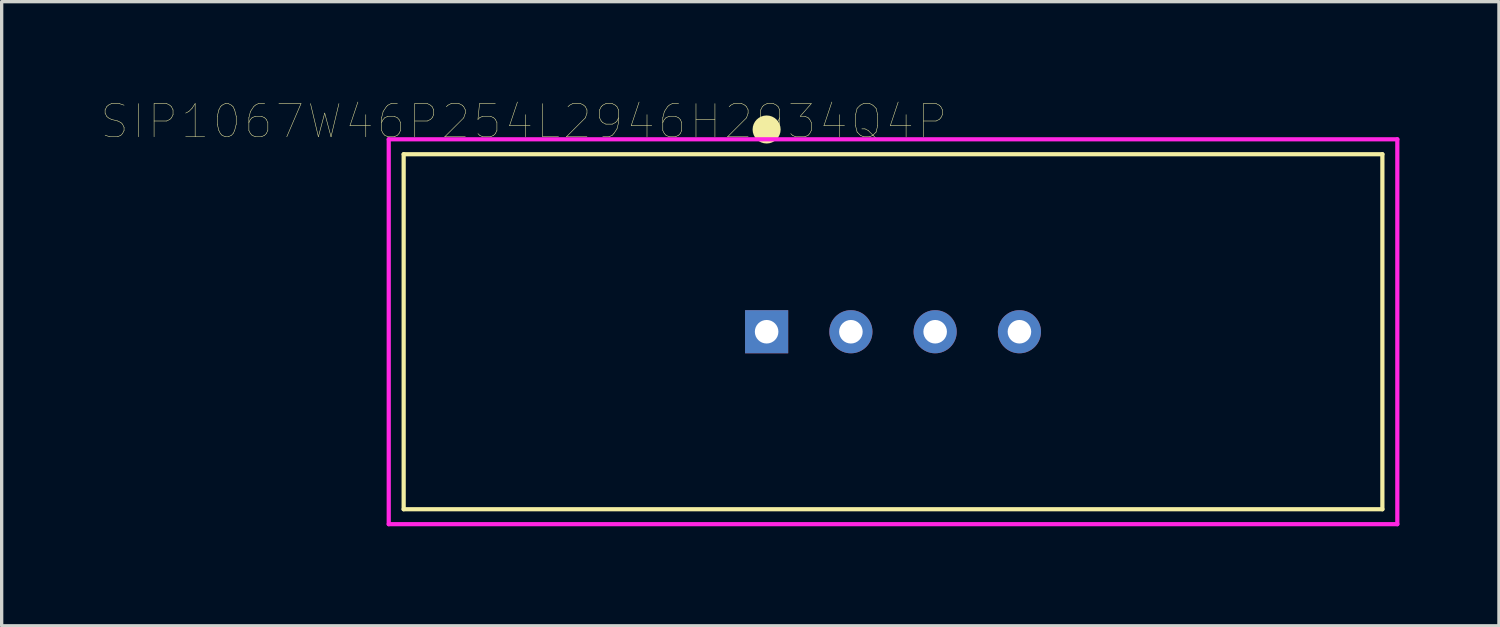
<source format=kicad_pcb>
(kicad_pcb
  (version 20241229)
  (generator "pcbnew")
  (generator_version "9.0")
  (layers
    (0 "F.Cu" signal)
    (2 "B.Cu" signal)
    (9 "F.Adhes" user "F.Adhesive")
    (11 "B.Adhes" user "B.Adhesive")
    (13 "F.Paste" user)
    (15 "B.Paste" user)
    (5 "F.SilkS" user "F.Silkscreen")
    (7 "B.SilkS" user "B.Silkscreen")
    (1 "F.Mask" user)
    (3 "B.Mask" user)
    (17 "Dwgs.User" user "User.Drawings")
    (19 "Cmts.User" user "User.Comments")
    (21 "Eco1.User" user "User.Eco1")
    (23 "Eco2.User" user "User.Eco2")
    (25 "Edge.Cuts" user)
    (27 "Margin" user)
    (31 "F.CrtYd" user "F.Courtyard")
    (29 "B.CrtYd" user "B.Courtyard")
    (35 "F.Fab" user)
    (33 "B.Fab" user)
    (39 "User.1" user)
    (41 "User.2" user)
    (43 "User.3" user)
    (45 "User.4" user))
  (footprint "SIP1067W46P254L2946H2934Q4P"
    (layer "F.Cu")
    (at 23.867 6.949)
    (property "Reference" "SIP1067W46P254L2946H2934Q4P" (at -11.13 -6.338 0) (layer "F.SilkS") (effects (font (size 1 1) (thickness 0.015))))
    (attr through_hole)
    (fp_line (start -14.75 -5.35) (end -14.75 5.35) (stroke (width 0.127) (type solid)) (layer "F.SilkS"))
    (fp_line (start -14.75 5.35) (end 14.75 5.35) (stroke (width 0.127) (type solid)) (layer "F.SilkS"))
    (fp_line (start 14.75 -5.35) (end -14.75 -5.35) (stroke (width 0.127) (type solid)) (layer "F.SilkS"))
    (fp_line (start 14.75 5.35) (end 14.75 -5.35) (stroke (width 0.127) (type solid)) (layer "F.SilkS"))
    (fp_circle (center -3.861 -6.121) (end -3.667 -6.121) (stroke (width 0.127) (type solid)) (fill no) (layer "F.SilkS"))
    (fp_circle (center -3.835 -6.121) (end -3.722 -6.121) (stroke (width 0.127) (type solid)) (fill no) (layer "F.SilkS"))
    (fp_circle (center -3.81 -6.147) (end -3.601 -6.147) (stroke (width 0.127) (type solid)) (fill no) (layer "F.SilkS"))
    (fp_circle (center -3.81 -6.096) (end -3.593 -6.096) (stroke (width 0.127) (type solid)) (fill no) (layer "F.SilkS"))
    (fp_circle (center -3.81 -6.096) (end -3.556 -6.096) (stroke (width 0.127) (type solid)) (fill no) (layer "F.SilkS"))
    (fp_circle (center -3.81 -6.096) (end -3.556 -6.096) (stroke (width 0.127) (type solid)) (fill no) (layer "F.SilkS"))
    (fp_circle (center -3.81 -6.096) (end -3.556 -6.096) (stroke (width 0.127) (type solid)) (fill no) (layer "F.SilkS"))
    (fp_circle (center -3.81 -6.096) (end -3.451 -6.096) (stroke (width 0.127) (type solid)) (fill no) (layer "F.SilkS"))
    (fp_circle (center -3.81 -6.02) (end -3.683 -6.02) (stroke (width 0.127) (type solid)) (fill no) (layer "F.SilkS"))
    (fp_circle (center -3.759 -6.045) (end -3.679 -6.045) (stroke (width 0.127) (type solid)) (fill no) (layer "F.SilkS"))
    (fp_line (start -15.2 -5.8) (end -15.2 5.8) (stroke (width 0.127) (type solid)) (layer "F.CrtYd"))
    (fp_line (start -15.2 5.8) (end 15.2 5.8) (stroke (width 0.127) (type solid)) (layer "F.CrtYd"))
    (fp_line (start 15.2 -5.8) (end -15.2 -5.8) (stroke (width 0.127) (type solid)) (layer "F.CrtYd"))
    (fp_line (start 15.2 5.8) (end 15.2 -5.8) (stroke (width 0.127) (type solid)) (layer "F.CrtYd"))
    (pad "1" thru_hole rect (at -3.81 0) (size 1.3 1.3) (drill 0.71) (layers "*.Cu" "*.Mask"))
    (pad "2" thru_hole circle (at -1.27 0) (size 1.3 1.3) (drill 0.71) (layers "*.Cu" "*.Mask"))
    (pad "3" thru_hole circle (at 1.27 0) (size 1.3 1.3) (drill 0.71) (layers "*.Cu" "*.Mask"))
    (pad "4" thru_hole circle (at 3.81 0) (size 1.3 1.3) (drill 0.71) (layers "*.Cu" "*.Mask")))
  (gr_rect
    (start -3 -3)
    (end 42.13 15.813)
    (stroke (width 0.1) (type default))
    (fill no)
    (layer "Edge.Cuts")))
</source>
